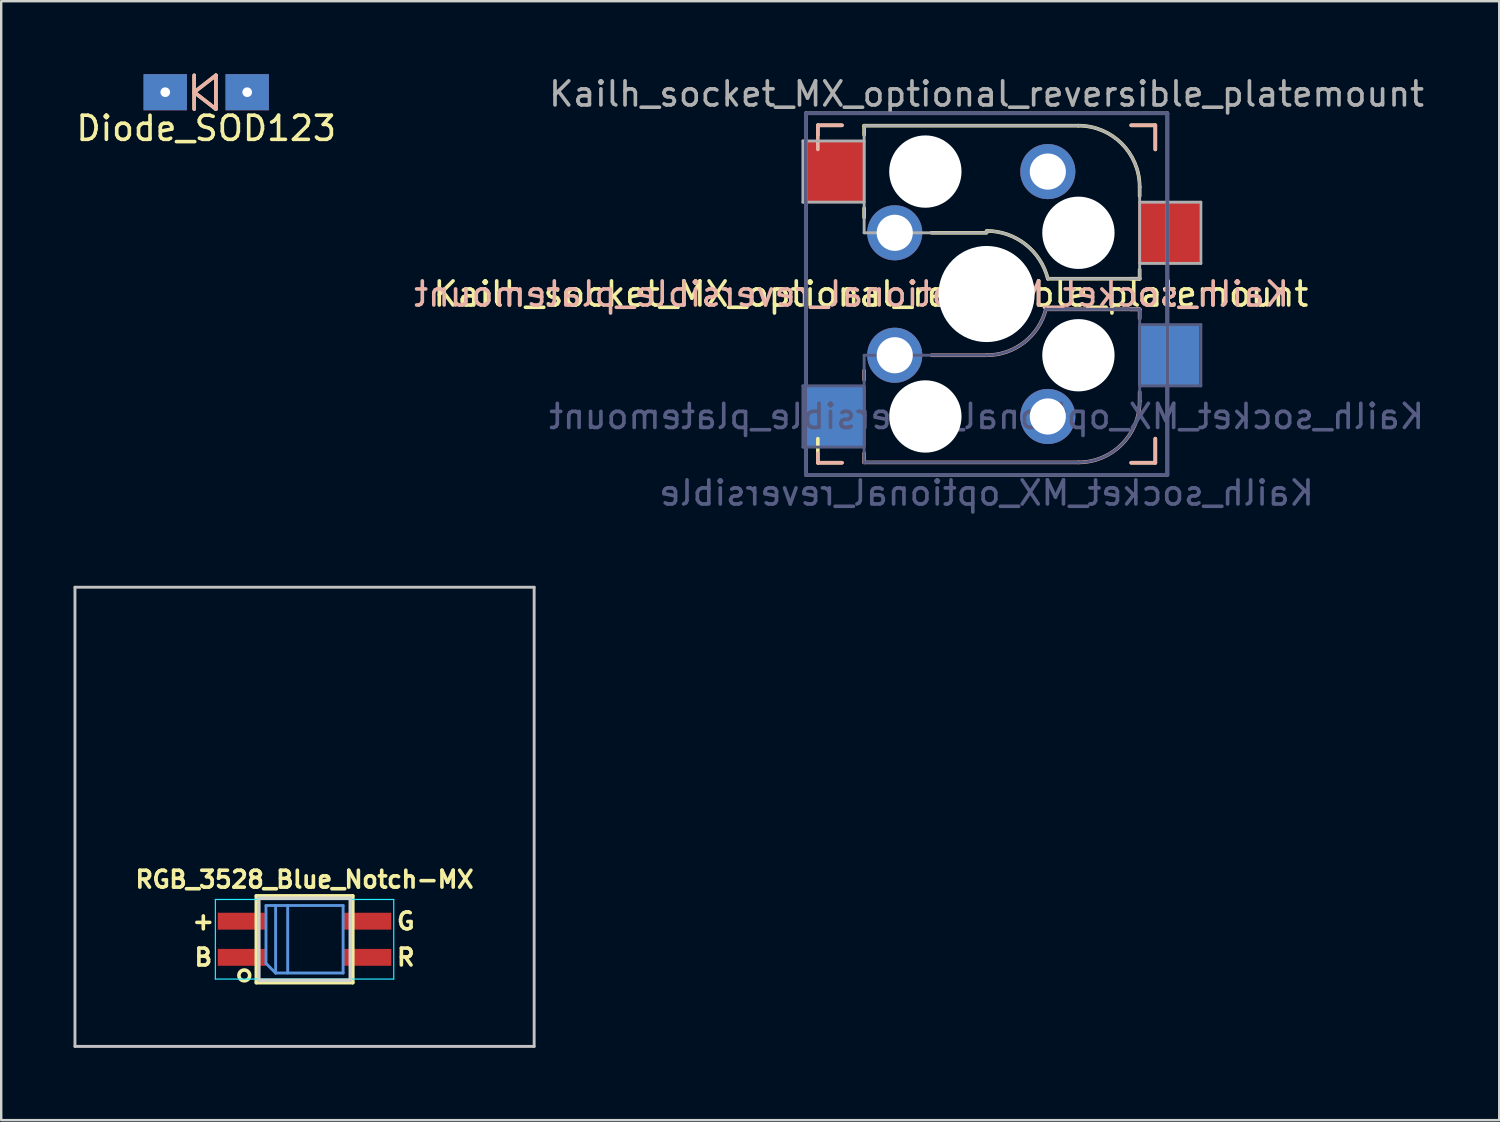
<source format=kicad_pcb>
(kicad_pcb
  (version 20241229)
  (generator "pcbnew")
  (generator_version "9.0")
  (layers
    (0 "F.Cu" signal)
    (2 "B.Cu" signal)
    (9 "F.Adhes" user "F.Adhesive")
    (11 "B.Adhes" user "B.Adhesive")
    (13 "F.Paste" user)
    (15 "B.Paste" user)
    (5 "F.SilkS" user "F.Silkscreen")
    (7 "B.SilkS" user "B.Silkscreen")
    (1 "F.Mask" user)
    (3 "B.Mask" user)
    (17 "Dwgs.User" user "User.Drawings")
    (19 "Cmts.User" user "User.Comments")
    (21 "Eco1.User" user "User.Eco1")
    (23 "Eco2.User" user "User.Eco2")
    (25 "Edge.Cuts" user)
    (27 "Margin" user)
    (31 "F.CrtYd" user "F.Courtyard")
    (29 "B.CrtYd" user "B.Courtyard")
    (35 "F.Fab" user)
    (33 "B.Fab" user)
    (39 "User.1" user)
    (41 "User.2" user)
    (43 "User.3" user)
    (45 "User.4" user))
  (footprint "RGB_3528_Blue_Notch-MX"
    (layer "F.Cu")
    (at 9.585 30.837)
    (property "Reference" "RGB_3528_Blue_Notch-MX" (at 0 2.6 180) (layer "F.SilkS") (effects (font (size 0.7 0.7) (thickness 0.15))))
    (attr smd)
    (fp_line (start -2 3.28) (end 2 3.28) (stroke (width 0.15) (type solid)) (layer "F.SilkS"))
    (fp_line (start -2 6.88) (end -2 3.28) (stroke (width 0.15) (type solid)) (layer "F.SilkS"))
    (fp_line (start 2 3.28) (end 2 6.88) (stroke (width 0.15) (type solid)) (layer "F.SilkS"))
    (fp_line (start 2 6.88) (end -2 6.88) (stroke (width 0.15) (type solid)) (layer "F.SilkS"))
    (fp_circle (center -2.5 6.58) (end -2.6 6.38) (stroke (width 0.15) (type solid)) (fill no) (layer "F.SilkS"))
    (fp_line (start -9.525 -9.525) (end -9.525 9.525) (stroke (width 0.12) (type solid)) (layer "Dwgs.User"))
    (fp_line (start 9.525 -9.525) (end -9.525 -9.525) (stroke (width 0.12) (type solid)) (layer "Dwgs.User"))
    (fp_line (start 9.525 -9.525) (end 9.525 9.525) (stroke (width 0.12) (type solid)) (layer "Dwgs.User"))
    (fp_line (start 9.525 9.525) (end -9.525 9.525) (stroke (width 0.12) (type solid)) (layer "Dwgs.User"))
    (fp_line (start -1.6 3.68) (end -1.6 6.08) (stroke (width 0.12) (type solid)) (layer "Cmts.User"))
    (fp_line (start -1.6 6.08) (end -1.2 6.48) (stroke (width 0.12) (type solid)) (layer "Cmts.User"))
    (fp_line (start -1.2 6.48) (end -1.2 3.68) (stroke (width 0.12) (type solid)) (layer "Cmts.User"))
    (fp_line (start -1.2 6.48) (end 1.6 6.48) (stroke (width 0.12) (type solid)) (layer "Cmts.User"))
    (fp_line (start -0.7 3.68) (end -0.7 6.48) (stroke (width 0.12) (type solid)) (layer "Cmts.User"))
    (fp_line (start 1.6 3.68) (end -1.6 3.68) (stroke (width 0.12) (type solid)) (layer "Cmts.User"))
    (fp_line (start 1.6 6.48) (end 1.6 3.68) (stroke (width 0.12) (type solid)) (layer "Cmts.User"))
    (fp_line (start -1.9 3.38) (end -1.9 6.78) (stroke (width 0.15) (type solid)) (layer "Edge.Cuts"))
    (fp_line (start 1.9 3.38) (end -1.9 3.38) (stroke (width 0.15) (type solid)) (layer "Edge.Cuts"))
    (fp_line (start 1.9 3.38) (end 1.9 6.78) (stroke (width 0.15) (type solid)) (layer "Edge.Cuts"))
    (fp_line (start 1.9 6.78) (end -1.9 6.78) (stroke (width 0.15) (type solid)) (layer "Edge.Cuts"))
    (fp_line (start -3.7 3.43) (end 3.7 3.43) (stroke (width 0.05) (type solid)) (layer "B.CrtYd"))
    (fp_line (start -3.7 6.73) (end -3.7 3.43) (stroke (width 0.05) (type solid)) (layer "B.CrtYd"))
    (fp_line (start 3.7 3.43) (end 3.7 6.73) (stroke (width 0.05) (type solid)) (layer "B.CrtYd"))
    (fp_line (start 3.7 6.73) (end -3.7 6.73) (stroke (width 0.05) (type solid)) (layer "B.CrtYd"))
    (fp_text user "R" (at 4.2 5.83 180) (layer "F.SilkS") (effects (font (size 0.7 0.7) (thickness 0.15))))
    (fp_text user "G" (at 4.2 4.33 180) (layer "F.SilkS") (effects (font (size 0.7 0.7) (thickness 0.15))))
    (fp_text user "B" (at -4.2 5.83 180) (layer "F.SilkS") (effects (font (size 0.7 0.7) (thickness 0.15))))
    (fp_text user "+" (at -4.2 4.33 180) (layer "F.SilkS") (effects (font (size 0.7 0.7) (thickness 0.15))))
    (pad "1" smd rect (at -2.6 5.83 180) (size 2 0.7) (layers "F.Cu" "F.Mask" "F.Paste"))
    (pad "2" smd rect (at 2.6 5.83 180) (size 2 0.7) (layers "F.Cu" "F.Mask" "F.Paste"))
    (pad "3" smd rect (at -2.6 4.33 180) (size 2 0.7) (layers "F.Cu" "F.Mask" "F.Paste"))
    (pad "4" smd rect (at 2.6 4.33 180) (size 2 0.7) (layers "F.Cu" "F.Mask" "F.Paste")))
  (footprint "Diode_SOD123"
    (placed yes)
    (layer "F.Cu")
    (at 5.506 0.775)
    (property "Reference" "Diode_SOD123" (at 0 1.5 0) (layer "F.SilkS") (effects (font (size 1 1) (thickness 0.15))))
    (attr through_hole)
    (fp_line (start -0.5 -0.7) (end -0.5 0.7) (stroke (width 0.15) (type solid)) (layer "F.SilkS"))
    (fp_line (start -0.5 0) (end 0.4 -0.7) (stroke (width 0.15) (type solid)) (layer "F.SilkS"))
    (fp_line (start 0.4 -0.7) (end 0.4 0.7) (stroke (width 0.15) (type solid)) (layer "F.SilkS"))
    (fp_line (start 0.4 0.7) (end -0.5 0) (stroke (width 0.15) (type solid)) (layer "F.SilkS"))
    (fp_line (start -0.5 -0.7) (end -0.5 0.7) (stroke (width 0.15) (type solid)) (layer "B.SilkS"))
    (fp_line (start -0.5 0) (end 0.4 -0.7) (stroke (width 0.15) (type solid)) (layer "B.SilkS"))
    (fp_line (start 0.4 -0.7) (end 0.4 0.7) (stroke (width 0.15) (type solid)) (layer "B.SilkS"))
    (fp_line (start 0.4 0.7) (end -0.5 0) (stroke (width 0.15) (type solid)) (layer "B.SilkS"))
    (pad "1" thru_hole rect (at -1.7 0) (size 1.8 1.5) (drill 0.4) (layers "*.Cu" "*.Mask"))
    (pad "2" thru_hole rect (at 1.7 0) (size 1.8 1.5) (drill 0.4) (layers "*.Cu" "*.Mask")))
  (footprint "Kailh_socket_MX_optional_reversible_platemount"
    (layer "F.Cu")
    (at 37.88 9.148)
    (property "Reference" "Kailh_socket_MX_optional_reversible_platemount" (at -4.8 0 0) (layer "F.SilkS") (effects (font (size 1 1) (thickness 0.15))))
    (property "Value" "Kailh_socket_MX_optional_reversible" (at 0 8.255 0) (layer "F.Fab") (hide yes) (effects (font (size 1 1) (thickness 0.15))))
    (attr smd)
    (fp_line (start -7 -7) (end -6 -7) (stroke (width 0.15) (type solid)) (layer "F.SilkS"))
    (fp_line (start -7 -6.604) (end -7 -7) (stroke (width 0.15) (type solid)) (layer "F.SilkS"))
    (fp_line (start -7 7) (end -7 6) (stroke (width 0.15) (type solid)) (layer "F.SilkS"))
    (fp_line (start -6 7) (end -7 7) (stroke (width 0.15) (type solid)) (layer "F.SilkS"))
    (fp_line (start -5.08 -6.985) (end -5.08 -6.604) (stroke (width 0.15) (type solid)) (layer "F.SilkS"))
    (fp_line (start -5.08 -3.556) (end -5.08 -3.175) (stroke (width 0.15) (type solid)) (layer "F.SilkS"))
    (fp_line (start -2.286 -2.54) (end 0 -2.54) (stroke (width 0.15) (type solid)) (layer "F.SilkS"))
    (fp_line (start 2.54 -0.635) (end 6.35 -0.635) (stroke (width 0.15) (type solid)) (layer "F.SilkS"))
    (fp_line (start 3.81 -6.985) (end -5.08 -6.985) (stroke (width 0.15) (type solid)) (layer "F.SilkS"))
    (fp_line (start 5.969 -0.635) (end 6.35 -0.635) (stroke (width 0.15) (type solid)) (layer "F.SilkS"))
    (fp_line (start 6 -7) (end 7 -7) (stroke (width 0.15) (type solid)) (layer "F.SilkS"))
    (fp_line (start 6.35 -4.445) (end 6.35 -4.064) (stroke (width 0.15) (type solid)) (layer "F.SilkS"))
    (fp_line (start 6.35 -0.635) (end 6.35 -1.016) (stroke (width 0.15) (type solid)) (layer "F.SilkS"))
    (fp_line (start 7 -7) (end 7 -6) (stroke (width 0.15) (type solid)) (layer "F.SilkS"))
    (fp_line (start 7 6) (end 7 7) (stroke (width 0.15) (type solid)) (layer "F.SilkS"))
    (fp_line (start 7 7) (end 6 7) (stroke (width 0.15) (type solid)) (layer "F.SilkS"))
    (fp_arc (start 0.000001 -2.618171) (mid 1.611255 -2.063656) (end 2.539999 -0.634999) (stroke (width 0.15) (type solid)) (layer "F.SilkS"))
    (fp_arc (start 3.81 -6.985) (mid 5.606051 -6.241051) (end 6.35 -4.445) (stroke (width 0.15) (type solid)) (layer "F.SilkS"))
    (fp_line (start -7 -7) (end -6 -7) (stroke (width 0.15) (type solid)) (layer "B.SilkS"))
    (fp_line (start -7 -6) (end -7 -7) (stroke (width 0.15) (type solid)) (layer "B.SilkS"))
    (fp_line (start -7 7) (end -7 6.604) (stroke (width 0.15) (type solid)) (layer "B.SilkS"))
    (fp_line (start -6 7) (end -7 7) (stroke (width 0.15) (type solid)) (layer "B.SilkS"))
    (fp_line (start -5.08 3.175) (end -5.08 3.556) (stroke (width 0.15) (type solid)) (layer "B.SilkS"))
    (fp_line (start -5.08 6.604) (end -5.08 6.985) (stroke (width 0.15) (type solid)) (layer "B.SilkS"))
    (fp_line (start -5.08 6.985) (end 3.81 6.985) (stroke (width 0.15) (type solid)) (layer "B.SilkS"))
    (fp_line (start 0 2.54) (end -2.286 2.54) (stroke (width 0.15) (type solid)) (layer "B.SilkS"))
    (fp_line (start 6 -7) (end 7 -7) (stroke (width 0.15) (type solid)) (layer "B.SilkS"))
    (fp_line (start 6.35 0.635) (end 2.54 0.635) (stroke (width 0.15) (type solid)) (layer "B.SilkS"))
    (fp_line (start 6.35 0.635) (end 5.969 0.635) (stroke (width 0.15) (type solid)) (layer "B.SilkS"))
    (fp_line (start 6.35 1.016) (end 6.35 0.635) (stroke (width 0.15) (type solid)) (layer "B.SilkS"))
    (fp_line (start 6.35 4.445) (end 6.35 4.064) (stroke (width 0.15) (type solid)) (layer "B.SilkS"))
    (fp_line (start 7 -7) (end 7 -6) (stroke (width 0.15) (type solid)) (layer "B.SilkS"))
    (fp_line (start 7 6) (end 7 7) (stroke (width 0.15) (type solid)) (layer "B.SilkS"))
    (fp_line (start 7 7) (end 6 7) (stroke (width 0.15) (type solid)) (layer "B.SilkS"))
    (fp_arc (start 2.464162 0.61604) (mid 1.563147 2.002042) (end 0 2.54) (stroke (width 0.15) (type solid)) (layer "B.SilkS"))
    (fp_arc (start 6.35 4.445) (mid 5.606051 6.241051) (end 3.81 6.985) (stroke (width 0.15) (type solid)) (layer "B.SilkS"))
    (fp_line (start -6.9 6.9) (end -6.9 -6.9) (stroke (width 0.15) (type solid)) (layer "Eco2.User"))
    (fp_line (start -6.9 6.9) (end 6.9 6.9) (stroke (width 0.15) (type solid)) (layer "Eco2.User"))
    (fp_line (start 6.9 -6.9) (end -6.9 -6.9) (stroke (width 0.15) (type solid)) (layer "Eco2.User"))
    (fp_line (start 6.9 -6.9) (end 6.9 6.9) (stroke (width 0.15) (type solid)) (layer "Eco2.User"))
    (fp_line (start -7.62 3.81) (end -7.62 6.35) (stroke (width 0.12) (type solid)) (layer "B.Fab"))
    (fp_line (start -7.62 6.35) (end -5.08 6.35) (stroke (width 0.12) (type solid)) (layer "B.Fab"))
    (fp_line (start -7.5 -7.5) (end 7.5 -7.5) (stroke (width 0.15) (type solid)) (layer "B.Fab"))
    (fp_line (start -7.5 7.5) (end -7.5 -7.5) (stroke (width 0.15) (type solid)) (layer "B.Fab"))
    (fp_line (start -5.08 2.54) (end -5.08 6.985) (stroke (width 0.12) (type solid)) (layer "B.Fab"))
    (fp_line (start -5.08 3.81) (end -7.62 3.81) (stroke (width 0.12) (type solid)) (layer "B.Fab"))
    (fp_line (start -5.08 6.985) (end 3.81 6.985) (stroke (width 0.12) (type solid)) (layer "B.Fab"))
    (fp_line (start 0 2.54) (end -5.08 2.54) (stroke (width 0.12) (type solid)) (layer "B.Fab"))
    (fp_line (start 6.35 0.635) (end 2.54 0.635) (stroke (width 0.12) (type solid)) (layer "B.Fab"))
    (fp_line (start 6.35 3.81) (end 8.89 3.81) (stroke (width 0.12) (type solid)) (layer "B.Fab"))
    (fp_line (start 6.35 4.445) (end 6.35 0.635) (stroke (width 0.12) (type solid)) (layer "B.Fab"))
    (fp_line (start 7.5 -7.5) (end 7.5 7.5) (stroke (width 0.15) (type solid)) (layer "B.Fab"))
    (fp_line (start 7.5 7.5) (end -7.5 7.5) (stroke (width 0.15) (type solid)) (layer "B.Fab"))
    (fp_line (start 8.89 1.27) (end 6.35 1.27) (stroke (width 0.12) (type solid)) (layer "B.Fab"))
    (fp_line (start 8.89 3.81) (end 8.89 1.27) (stroke (width 0.12) (type solid)) (layer "B.Fab"))
    (fp_arc (start 2.464162 0.61604) (mid 1.563147 2.002042) (end 0 2.54) (stroke (width 0.12) (type solid)) (layer "B.Fab"))
    (fp_arc (start 6.35 4.445) (mid 5.606051 6.241051) (end 3.81 6.985) (stroke (width 0.12) (type solid)) (layer "B.Fab"))
    (fp_line (start -7.62 -6.35) (end -7.62 -3.81) (stroke (width 0.12) (type solid)) (layer "F.Fab"))
    (fp_line (start -7.62 -3.81) (end -5.08 -3.81) (stroke (width 0.12) (type solid)) (layer "F.Fab"))
    (fp_line (start -7.5 -7.5) (end 7.5 -7.5) (stroke (width 0.15) (type solid)) (layer "F.Fab"))
    (fp_line (start -7.5 7.5) (end -7.5 -7.5) (stroke (width 0.15) (type solid)) (layer "F.Fab"))
    (fp_line (start -5.08 -6.985) (end -5.08 -2.54) (stroke (width 0.12) (type solid)) (layer "F.Fab"))
    (fp_line (start -5.08 -6.35) (end -7.62 -6.35) (stroke (width 0.12) (type solid)) (layer "F.Fab"))
    (fp_line (start -5.08 -2.54) (end 0 -2.54) (stroke (width 0.12) (type solid)) (layer "F.Fab"))
    (fp_line (start 2.54 -0.635) (end 6.35 -0.635) (stroke (width 0.12) (type solid)) (layer "F.Fab"))
    (fp_line (start 3.81 -6.985) (end -5.08 -6.985) (stroke (width 0.12) (type solid)) (layer "F.Fab"))
    (fp_line (start 6.35 -1.27) (end 8.89 -1.27) (stroke (width 0.12) (type solid)) (layer "F.Fab"))
    (fp_line (start 6.35 -0.635) (end 6.35 -4.445) (stroke (width 0.12) (type solid)) (layer "F.Fab"))
    (fp_line (start 7.5 -7.5) (end 7.5 7.5) (stroke (width 0.15) (type solid)) (layer "F.Fab"))
    (fp_line (start 7.5 7.5) (end -7.5 7.5) (stroke (width 0.15) (type solid)) (layer "F.Fab"))
    (fp_line (start 8.89 -3.81) (end 6.35 -3.81) (stroke (width 0.12) (type solid)) (layer "F.Fab"))
    (fp_line (start 8.89 -1.27) (end 8.89 -3.81) (stroke (width 0.12) (type solid)) (layer "F.Fab"))
    (fp_arc (start 0.000001 -2.618171) (mid 1.611255 -2.063656) (end 2.539999 -0.634999) (stroke (width 0.12) (type solid)) (layer "F.Fab"))
    (fp_arc (start 3.81 -6.985) (mid 5.606051 -6.241051) (end 6.35 -4.445) (stroke (width 0.12) (type solid)) (layer "F.Fab"))
    (fp_text user "${REFERENCE}" (at -5.6 0 0) (layer "B.SilkS") (effects (font (size 1 1) (thickness 0.15)) (justify mirror)))
    (fp_text user "${VALUE}" (at 0 8.255 0) (layer "B.Fab") (effects (font (size 1 1) (thickness 0.15)) (justify mirror)))
    (fp_text user "${REFERENCE}" (at 0 5.08 0) (layer "B.Fab") (effects (font (size 1 1) (thickness 0.15)) (justify mirror)))
    (fp_text user "${REFERENCE}" (at 0 -8.3 0) (layer "F.Fab") (effects (font (size 1 1) (thickness 0.15))))
    (pad "" np_thru_hole circle (at -2.54 -5.08) (size 3 3) (drill 3) (layers "*.Cu" "*.Mask"))
    (pad "" np_thru_hole circle (at -2.54 5.08) (size 3 3) (drill 3) (layers "*.Cu" "*.Mask"))
    (pad "" np_thru_hole circle (at 0 0) (size 3.988 3.988) (drill 3.988) (layers "*.Cu" "*.Mask"))
    (pad "" np_thru_hole circle (at 3.81 -2.54) (size 3 3) (drill 3) (layers "*.Cu" "*.Mask"))
    (pad "" np_thru_hole circle (at 3.81 2.54) (size 3 3) (drill 3) (layers "*.Cu" "*.Mask"))
    (pad "1" smd rect (at -6.29 -5.08) (size 2.55 2.5) (layers "F.Cu" "F.Mask" "F.Paste"))
    (pad "1" smd rect (at -6.29 5.08) (size 2.55 2.5) (layers "B.Cu" "B.Mask" "B.Paste"))
    (pad "1" thru_hole circle (at -3.81 -2.54) (size 2.286 2.286) (drill 1.499) (layers "*.Cu" "*.Mask"))
    (pad "1" thru_hole circle (at -3.81 2.54) (size 2.286 2.286) (drill 1.499) (layers "*.Cu" "*.Mask"))
    (pad "2" thru_hole circle (at 2.54 -5.08) (size 2.286 2.286) (drill 1.499) (layers "*.Cu" "*.Mask"))
    (pad "2" thru_hole circle (at 2.54 5.08) (size 2.286 2.286) (drill 1.499) (layers "*.Cu" "*.Mask"))
    (pad "2" smd rect (at 7.56 -2.54) (size 2.55 2.5) (layers "F.Cu" "F.Mask" "F.Paste"))
    (pad "2" smd rect (at 7.56 2.54) (size 2.55 2.5) (layers "B.Cu" "B.Mask" "B.Paste")))
  (gr_rect
    (start -3 -3)
    (end 59.148 43.422)
    (stroke (width 0.1) (type default))
    (fill no)
    (layer "Edge.Cuts")))
</source>
